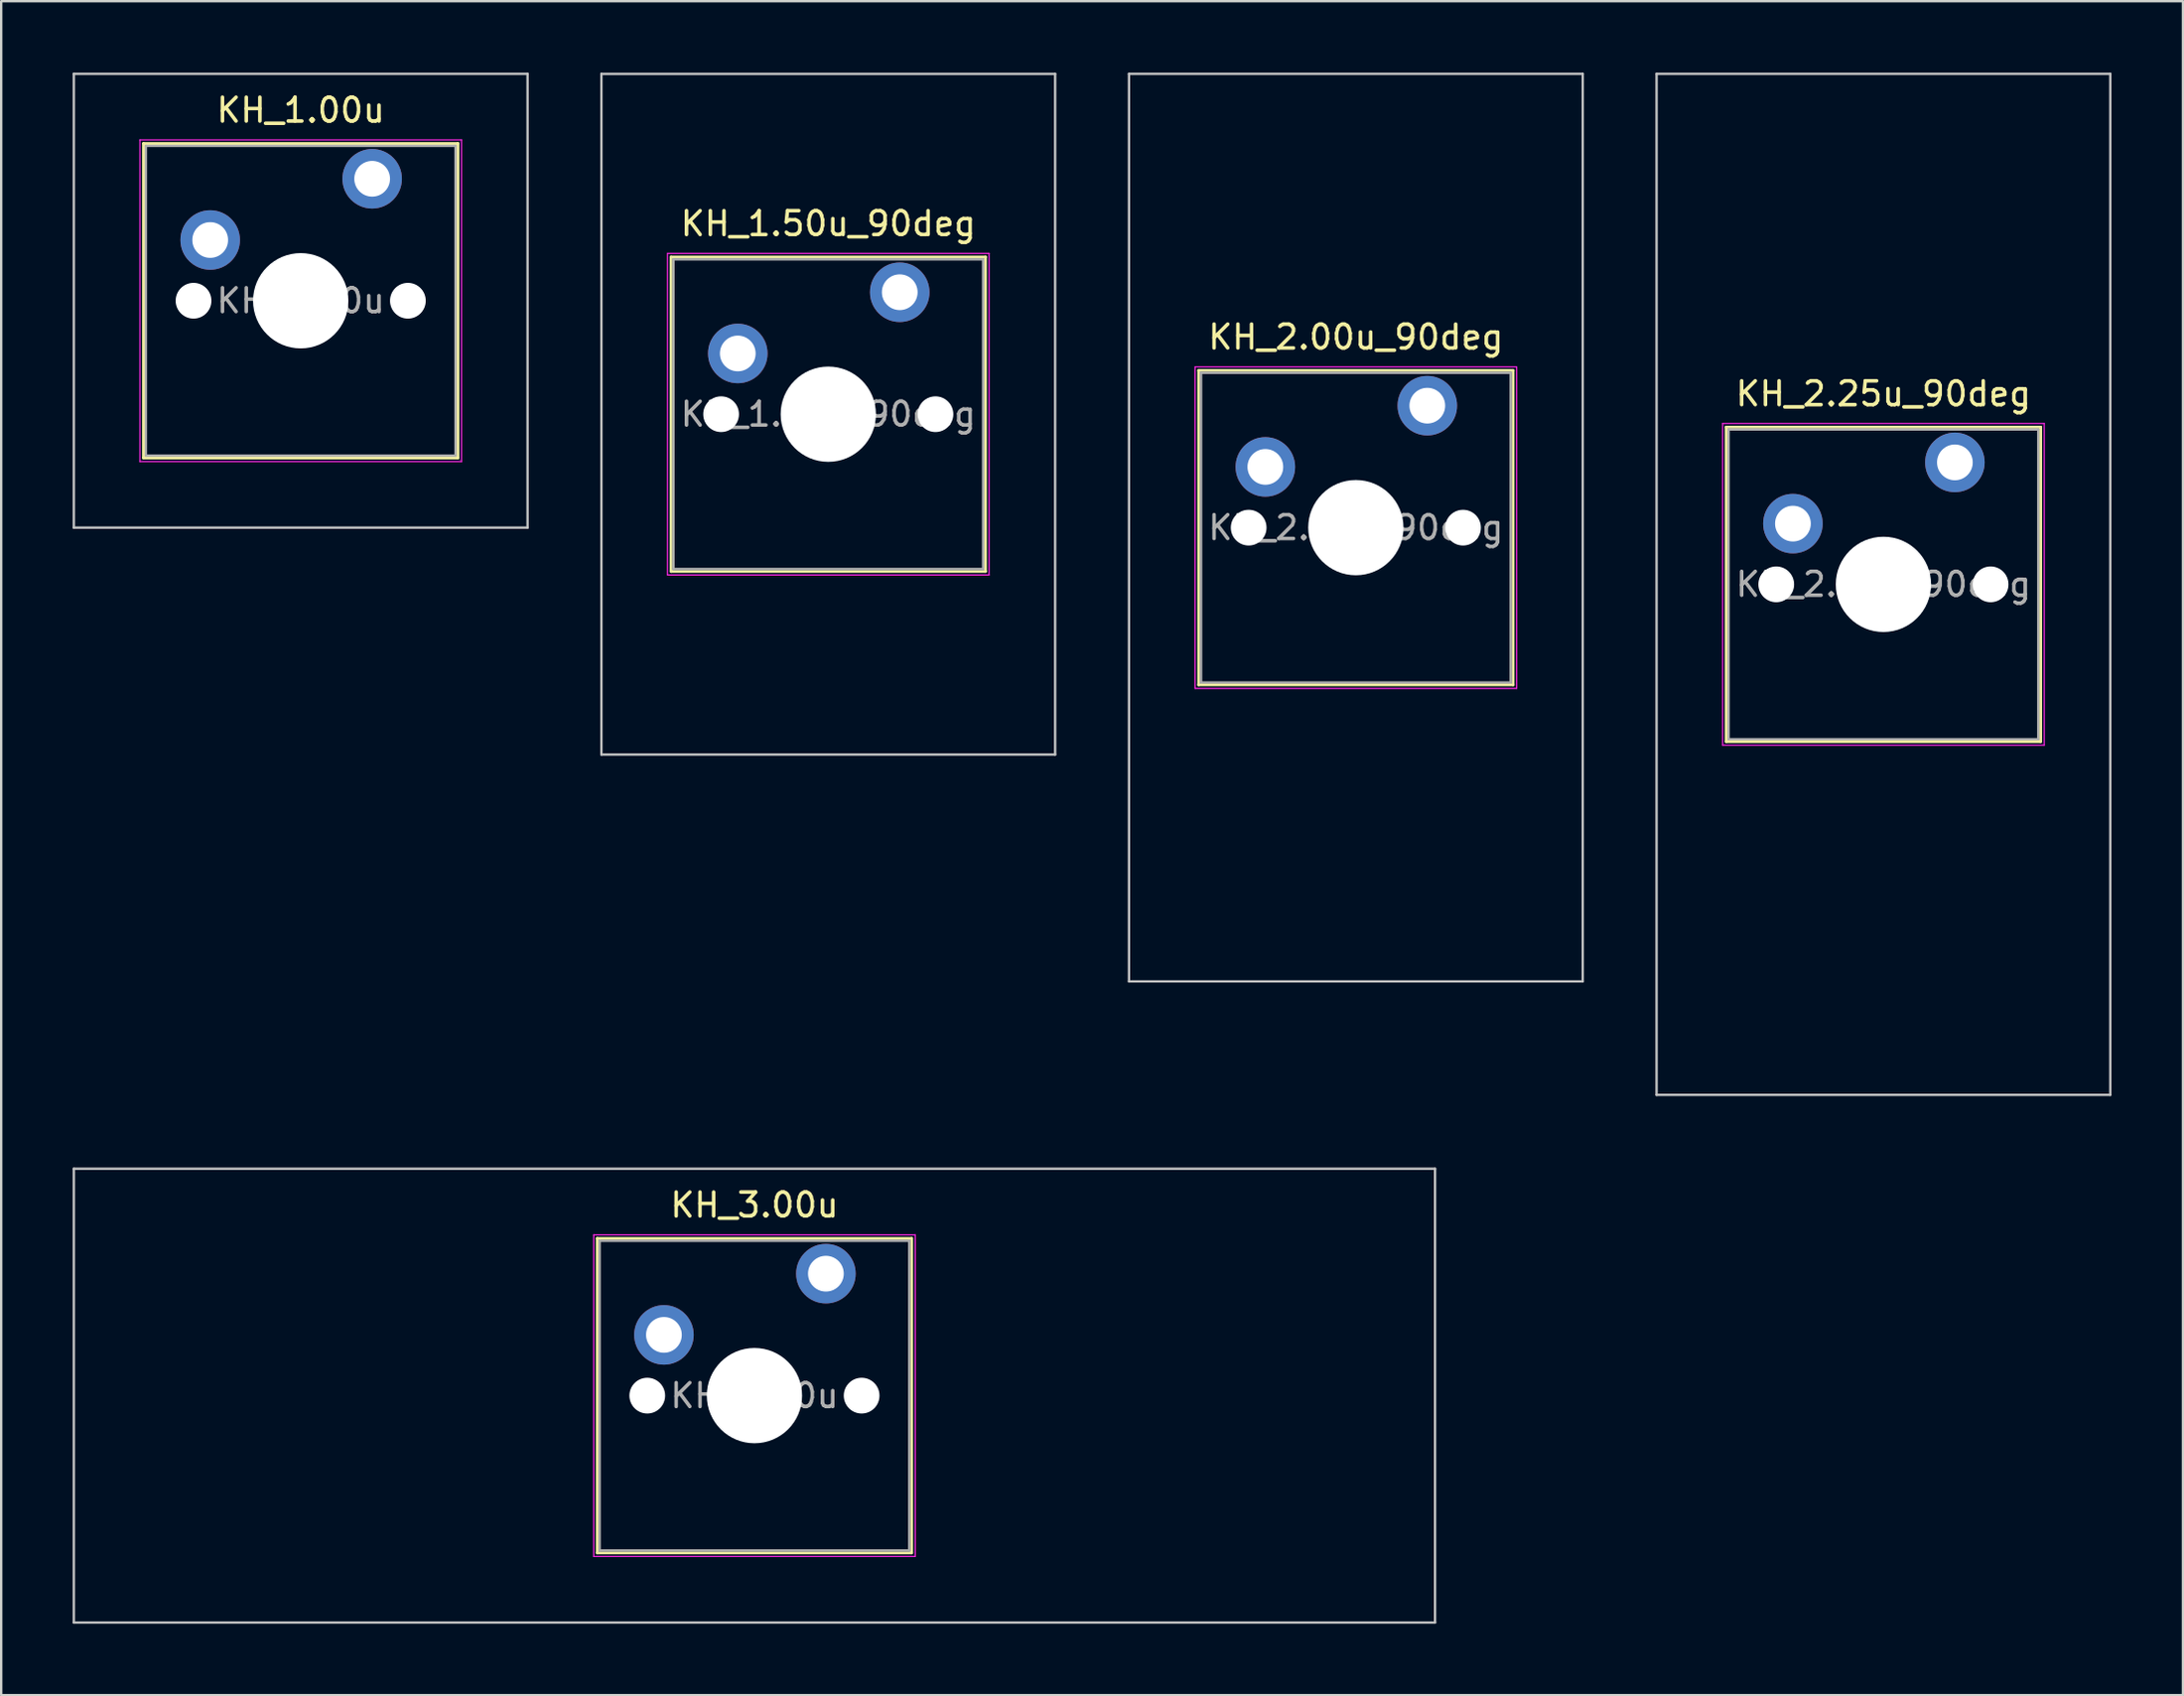
<source format=kicad_pcb>
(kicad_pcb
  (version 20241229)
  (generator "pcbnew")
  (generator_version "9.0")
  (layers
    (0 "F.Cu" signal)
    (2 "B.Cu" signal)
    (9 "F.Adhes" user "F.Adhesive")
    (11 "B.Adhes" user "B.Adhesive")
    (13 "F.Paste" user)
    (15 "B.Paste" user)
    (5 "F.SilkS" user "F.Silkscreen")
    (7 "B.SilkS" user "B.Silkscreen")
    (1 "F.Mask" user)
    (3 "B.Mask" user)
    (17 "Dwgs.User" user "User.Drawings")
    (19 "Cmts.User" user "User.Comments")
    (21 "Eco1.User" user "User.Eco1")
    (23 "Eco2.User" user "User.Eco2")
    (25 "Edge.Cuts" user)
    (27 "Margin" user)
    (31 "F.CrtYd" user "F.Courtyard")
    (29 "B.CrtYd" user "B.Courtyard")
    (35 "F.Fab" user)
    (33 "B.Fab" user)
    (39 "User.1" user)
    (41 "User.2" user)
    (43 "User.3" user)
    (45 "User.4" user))
  (footprint "KH_1.50u_90deg"
    (layer "F.Cu")
    (at 31.725 14.338)
    (property "Reference" "KH_1.50u_90deg" (at 0 -8 0) (layer "F.SilkS") (effects (font (size 1 1) (thickness 0.15))))
    (attr through_hole)
    (fp_line (start -6.6 -6.6) (end -6.6 6.6) (stroke (width 0.12) (type solid)) (layer "F.SilkS"))
    (fp_line (start -6.6 6.6) (end 6.6 6.6) (stroke (width 0.12) (type solid)) (layer "F.SilkS"))
    (fp_line (start 6.6 -6.6) (end -6.6 -6.6) (stroke (width 0.12) (type solid)) (layer "F.SilkS"))
    (fp_line (start 6.6 6.6) (end 6.6 -6.6) (stroke (width 0.12) (type solid)) (layer "F.SilkS"))
    (fp_line (start -9.525 -14.287) (end 9.525 -14.287) (stroke (width 0.1) (type solid)) (layer "Dwgs.User"))
    (fp_line (start -9.525 14.287) (end -9.525 -14.287) (stroke (width 0.1) (type solid)) (layer "Dwgs.User"))
    (fp_line (start 9.525 -14.287) (end 9.525 14.287) (stroke (width 0.1) (type solid)) (layer "Dwgs.User"))
    (fp_line (start 9.525 14.287) (end -9.525 14.287) (stroke (width 0.1) (type solid)) (layer "Dwgs.User"))
    (fp_line (start -6.1 -6.1) (end -6.1 6.1) (stroke (width 0.1) (type solid)) (layer "Eco1.User"))
    (fp_line (start -6.1 6.1) (end 6.1 6.1) (stroke (width 0.1) (type solid)) (layer "Eco1.User"))
    (fp_line (start 6.1 -6.1) (end -6.1 -6.1) (stroke (width 0.1) (type solid)) (layer "Eco1.User"))
    (fp_line (start 6.1 6.1) (end 6.1 -6.1) (stroke (width 0.1) (type solid)) (layer "Eco1.User"))
    (fp_line (start -6.75 -6.75) (end -6.75 6.75) (stroke (width 0.05) (type solid)) (layer "F.CrtYd"))
    (fp_line (start -6.75 6.75) (end 6.75 6.75) (stroke (width 0.05) (type solid)) (layer "F.CrtYd"))
    (fp_line (start 6.75 -6.75) (end -6.75 -6.75) (stroke (width 0.05) (type solid)) (layer "F.CrtYd"))
    (fp_line (start 6.75 6.75) (end 6.75 -6.75) (stroke (width 0.05) (type solid)) (layer "F.CrtYd"))
    (fp_line (start -6.5 -6.5) (end -6.5 6.5) (stroke (width 0.1) (type solid)) (layer "F.Fab"))
    (fp_line (start -6.5 6.5) (end 6.5 6.5) (stroke (width 0.1) (type solid)) (layer "F.Fab"))
    (fp_line (start 6.5 -6.5) (end -6.5 -6.5) (stroke (width 0.1) (type solid)) (layer "F.Fab"))
    (fp_line (start 6.5 6.5) (end 6.5 -6.5) (stroke (width 0.1) (type solid)) (layer "F.Fab"))
    (fp_text user "${REFERENCE}" (at 0 0 0) (layer "F.Fab") (effects (font (size 1 1) (thickness 0.15))))
    (pad "" np_thru_hole circle (at -4.5 0) (size 1.5 1.5) (drill 1.5) (layers "*.Cu" "*.Mask"))
    (pad "" np_thru_hole circle (at 0 0) (size 4 4) (drill 4) (layers "*.Cu" "*.Mask"))
    (pad "" np_thru_hole circle (at 4.5 0) (size 1.5 1.5) (drill 1.5) (layers "*.Cu" "*.Mask"))
    (pad "1" thru_hole circle (at -3.8 -2.55) (size 2.5 2.5) (drill 1.5) (layers "*.Cu" "*.Mask"))
    (pad "2" thru_hole circle (at 3 -5.12) (size 2.5 2.5) (drill 1.5) (layers "*.Cu" "*.Mask")))
  (footprint "KH_2.00u_90deg"
    (layer "F.Cu")
    (at 53.875 19.1)
    (property "Reference" "KH_2.00u_90deg" (at 0 -8 0) (layer "F.SilkS") (effects (font (size 1 1) (thickness 0.15))))
    (attr through_hole)
    (fp_line (start -6.6 -6.6) (end -6.6 6.6) (stroke (width 0.12) (type solid)) (layer "F.SilkS"))
    (fp_line (start -6.6 6.6) (end 6.6 6.6) (stroke (width 0.12) (type solid)) (layer "F.SilkS"))
    (fp_line (start 6.6 -6.6) (end -6.6 -6.6) (stroke (width 0.12) (type solid)) (layer "F.SilkS"))
    (fp_line (start 6.6 6.6) (end 6.6 -6.6) (stroke (width 0.12) (type solid)) (layer "F.SilkS"))
    (fp_line (start -9.525 -19.05) (end 9.525 -19.05) (stroke (width 0.1) (type solid)) (layer "Dwgs.User"))
    (fp_line (start -9.525 19.05) (end -9.525 -19.05) (stroke (width 0.1) (type solid)) (layer "Dwgs.User"))
    (fp_line (start 9.525 -19.05) (end 9.525 19.05) (stroke (width 0.1) (type solid)) (layer "Dwgs.User"))
    (fp_line (start 9.525 19.05) (end -9.525 19.05) (stroke (width 0.1) (type solid)) (layer "Dwgs.User"))
    (fp_line (start -6.1 -6.1) (end -6.1 6.1) (stroke (width 0.1) (type solid)) (layer "Eco1.User"))
    (fp_line (start -6.1 6.1) (end 6.1 6.1) (stroke (width 0.1) (type solid)) (layer "Eco1.User"))
    (fp_line (start 6.1 -6.1) (end -6.1 -6.1) (stroke (width 0.1) (type solid)) (layer "Eco1.User"))
    (fp_line (start 6.1 6.1) (end 6.1 -6.1) (stroke (width 0.1) (type solid)) (layer "Eco1.User"))
    (fp_line (start -6.75 -6.75) (end -6.75 6.75) (stroke (width 0.05) (type solid)) (layer "F.CrtYd"))
    (fp_line (start -6.75 6.75) (end 6.75 6.75) (stroke (width 0.05) (type solid)) (layer "F.CrtYd"))
    (fp_line (start 6.75 -6.75) (end -6.75 -6.75) (stroke (width 0.05) (type solid)) (layer "F.CrtYd"))
    (fp_line (start 6.75 6.75) (end 6.75 -6.75) (stroke (width 0.05) (type solid)) (layer "F.CrtYd"))
    (fp_line (start -6.5 -6.5) (end -6.5 6.5) (stroke (width 0.1) (type solid)) (layer "F.Fab"))
    (fp_line (start -6.5 6.5) (end 6.5 6.5) (stroke (width 0.1) (type solid)) (layer "F.Fab"))
    (fp_line (start 6.5 -6.5) (end -6.5 -6.5) (stroke (width 0.1) (type solid)) (layer "F.Fab"))
    (fp_line (start 6.5 6.5) (end 6.5 -6.5) (stroke (width 0.1) (type solid)) (layer "F.Fab"))
    (fp_text user "${REFERENCE}" (at 0 0 0) (layer "F.Fab") (effects (font (size 1 1) (thickness 0.15))))
    (pad "" np_thru_hole circle (at -4.5 0) (size 1.5 1.5) (drill 1.5) (layers "*.Cu" "*.Mask"))
    (pad "" np_thru_hole circle (at 0 0) (size 4 4) (drill 4) (layers "*.Cu" "*.Mask"))
    (pad "" np_thru_hole circle (at 4.5 0) (size 1.5 1.5) (drill 1.5) (layers "*.Cu" "*.Mask"))
    (pad "1" thru_hole circle (at -3.8 -2.55) (size 2.5 2.5) (drill 1.5) (layers "*.Cu" "*.Mask"))
    (pad "2" thru_hole circle (at 3 -5.12) (size 2.5 2.5) (drill 1.5) (layers "*.Cu" "*.Mask")))
  (footprint "KH_1.00u"
    (layer "F.Cu")
    (at 9.575 9.575)
    (property "Reference" "KH_1.00u" (at 0 -8 0) (layer "F.SilkS") (effects (font (size 1 1) (thickness 0.15))))
    (attr through_hole)
    (fp_line (start -6.6 -6.6) (end -6.6 6.6) (stroke (width 0.12) (type solid)) (layer "F.SilkS"))
    (fp_line (start -6.6 6.6) (end 6.6 6.6) (stroke (width 0.12) (type solid)) (layer "F.SilkS"))
    (fp_line (start 6.6 -6.6) (end -6.6 -6.6) (stroke (width 0.12) (type solid)) (layer "F.SilkS"))
    (fp_line (start 6.6 6.6) (end 6.6 -6.6) (stroke (width 0.12) (type solid)) (layer "F.SilkS"))
    (fp_line (start -9.525 -9.525) (end -9.525 9.525) (stroke (width 0.1) (type solid)) (layer "Dwgs.User"))
    (fp_line (start -9.525 9.525) (end 9.525 9.525) (stroke (width 0.1) (type solid)) (layer "Dwgs.User"))
    (fp_line (start 9.525 -9.525) (end -9.525 -9.525) (stroke (width 0.1) (type solid)) (layer "Dwgs.User"))
    (fp_line (start 9.525 9.525) (end 9.525 -9.525) (stroke (width 0.1) (type solid)) (layer "Dwgs.User"))
    (fp_line (start -6.1 -6.1) (end -6.1 6.1) (stroke (width 0.1) (type solid)) (layer "Eco1.User"))
    (fp_line (start -6.1 6.1) (end 6.1 6.1) (stroke (width 0.1) (type solid)) (layer "Eco1.User"))
    (fp_line (start 6.1 -6.1) (end -6.1 -6.1) (stroke (width 0.1) (type solid)) (layer "Eco1.User"))
    (fp_line (start 6.1 6.1) (end 6.1 -6.1) (stroke (width 0.1) (type solid)) (layer "Eco1.User"))
    (fp_line (start -6.75 -6.75) (end -6.75 6.75) (stroke (width 0.05) (type solid)) (layer "F.CrtYd"))
    (fp_line (start -6.75 6.75) (end 6.75 6.75) (stroke (width 0.05) (type solid)) (layer "F.CrtYd"))
    (fp_line (start 6.75 -6.75) (end -6.75 -6.75) (stroke (width 0.05) (type solid)) (layer "F.CrtYd"))
    (fp_line (start 6.75 6.75) (end 6.75 -6.75) (stroke (width 0.05) (type solid)) (layer "F.CrtYd"))
    (fp_line (start -6.5 -6.5) (end -6.5 6.5) (stroke (width 0.1) (type solid)) (layer "F.Fab"))
    (fp_line (start -6.5 6.5) (end 6.5 6.5) (stroke (width 0.1) (type solid)) (layer "F.Fab"))
    (fp_line (start 6.5 -6.5) (end -6.5 -6.5) (stroke (width 0.1) (type solid)) (layer "F.Fab"))
    (fp_line (start 6.5 6.5) (end 6.5 -6.5) (stroke (width 0.1) (type solid)) (layer "F.Fab"))
    (fp_text user "${REFERENCE}" (at 0 0 0) (layer "F.Fab") (effects (font (size 1 1) (thickness 0.15))))
    (pad "" np_thru_hole circle (at -4.5 0) (size 1.5 1.5) (drill 1.5) (layers "*.Cu" "*.Mask"))
    (pad "" np_thru_hole circle (at 0 0) (size 4 4) (drill 4) (layers "*.Cu" "*.Mask"))
    (pad "" np_thru_hole circle (at 4.5 0) (size 1.5 1.5) (drill 1.5) (layers "*.Cu" "*.Mask"))
    (pad "1" thru_hole circle (at -3.8 -2.55) (size 2.5 2.5) (drill 1.5) (layers "*.Cu" "*.Mask"))
    (pad "2" thru_hole circle (at 3 -5.12) (size 2.5 2.5) (drill 1.5) (layers "*.Cu" "*.Mask")))
  (footprint "KH_2.25u_90deg"
    (layer "F.Cu")
    (at 76.025 21.481)
    (property "Reference" "KH_2.25u_90deg" (at 0 -8 0) (layer "F.SilkS") (effects (font (size 1 1) (thickness 0.15))))
    (attr through_hole)
    (fp_line (start -6.6 -6.6) (end -6.6 6.6) (stroke (width 0.12) (type solid)) (layer "F.SilkS"))
    (fp_line (start -6.6 6.6) (end 6.6 6.6) (stroke (width 0.12) (type solid)) (layer "F.SilkS"))
    (fp_line (start 6.6 -6.6) (end -6.6 -6.6) (stroke (width 0.12) (type solid)) (layer "F.SilkS"))
    (fp_line (start 6.6 6.6) (end 6.6 -6.6) (stroke (width 0.12) (type solid)) (layer "F.SilkS"))
    (fp_line (start -9.525 -21.431) (end 9.525 -21.431) (stroke (width 0.1) (type solid)) (layer "Dwgs.User"))
    (fp_line (start -9.525 21.431) (end -9.525 -21.431) (stroke (width 0.1) (type solid)) (layer "Dwgs.User"))
    (fp_line (start 9.525 -21.431) (end 9.525 21.431) (stroke (width 0.1) (type solid)) (layer "Dwgs.User"))
    (fp_line (start 9.525 21.431) (end -9.525 21.431) (stroke (width 0.1) (type solid)) (layer "Dwgs.User"))
    (fp_line (start -6.1 -6.1) (end -6.1 6.1) (stroke (width 0.1) (type solid)) (layer "Eco1.User"))
    (fp_line (start -6.1 6.1) (end 6.1 6.1) (stroke (width 0.1) (type solid)) (layer "Eco1.User"))
    (fp_line (start 6.1 -6.1) (end -6.1 -6.1) (stroke (width 0.1) (type solid)) (layer "Eco1.User"))
    (fp_line (start 6.1 6.1) (end 6.1 -6.1) (stroke (width 0.1) (type solid)) (layer "Eco1.User"))
    (fp_line (start -6.75 -6.75) (end -6.75 6.75) (stroke (width 0.05) (type solid)) (layer "F.CrtYd"))
    (fp_line (start -6.75 6.75) (end 6.75 6.75) (stroke (width 0.05) (type solid)) (layer "F.CrtYd"))
    (fp_line (start 6.75 -6.75) (end -6.75 -6.75) (stroke (width 0.05) (type solid)) (layer "F.CrtYd"))
    (fp_line (start 6.75 6.75) (end 6.75 -6.75) (stroke (width 0.05) (type solid)) (layer "F.CrtYd"))
    (fp_line (start -6.5 -6.5) (end -6.5 6.5) (stroke (width 0.1) (type solid)) (layer "F.Fab"))
    (fp_line (start -6.5 6.5) (end 6.5 6.5) (stroke (width 0.1) (type solid)) (layer "F.Fab"))
    (fp_line (start 6.5 -6.5) (end -6.5 -6.5) (stroke (width 0.1) (type solid)) (layer "F.Fab"))
    (fp_line (start 6.5 6.5) (end 6.5 -6.5) (stroke (width 0.1) (type solid)) (layer "F.Fab"))
    (fp_text user "${REFERENCE}" (at 0 0 0) (layer "F.Fab") (effects (font (size 1 1) (thickness 0.15))))
    (pad "" np_thru_hole circle (at -4.5 0) (size 1.5 1.5) (drill 1.5) (layers "*.Cu" "*.Mask"))
    (pad "" np_thru_hole circle (at 0 0) (size 4 4) (drill 4) (layers "*.Cu" "*.Mask"))
    (pad "" np_thru_hole circle (at 4.5 0) (size 1.5 1.5) (drill 1.5) (layers "*.Cu" "*.Mask"))
    (pad "1" thru_hole circle (at -3.8 -2.55) (size 2.5 2.5) (drill 1.5) (layers "*.Cu" "*.Mask"))
    (pad "2" thru_hole circle (at 3 -5.12) (size 2.5 2.5) (drill 1.5) (layers "*.Cu" "*.Mask")))
  (footprint "KH_3.00u"
    (layer "F.Cu")
    (at 28.625 55.538)
    (property "Reference" "KH_3.00u" (at 0 -8 0) (layer "F.SilkS") (effects (font (size 1 1) (thickness 0.15))))
    (attr through_hole)
    (fp_line (start -6.6 -6.6) (end -6.6 6.6) (stroke (width 0.12) (type solid)) (layer "F.SilkS"))
    (fp_line (start -6.6 6.6) (end 6.6 6.6) (stroke (width 0.12) (type solid)) (layer "F.SilkS"))
    (fp_line (start 6.6 -6.6) (end -6.6 -6.6) (stroke (width 0.12) (type solid)) (layer "F.SilkS"))
    (fp_line (start 6.6 6.6) (end 6.6 -6.6) (stroke (width 0.12) (type solid)) (layer "F.SilkS"))
    (fp_line (start -28.575 -9.525) (end -28.575 9.525) (stroke (width 0.1) (type solid)) (layer "Dwgs.User"))
    (fp_line (start -28.575 9.525) (end 28.575 9.525) (stroke (width 0.1) (type solid)) (layer "Dwgs.User"))
    (fp_line (start 28.575 -9.525) (end -28.575 -9.525) (stroke (width 0.1) (type solid)) (layer "Dwgs.User"))
    (fp_line (start 28.575 9.525) (end 28.575 -9.525) (stroke (width 0.1) (type solid)) (layer "Dwgs.User"))
    (fp_line (start -6.1 -6.1) (end -6.1 6.1) (stroke (width 0.1) (type solid)) (layer "Eco1.User"))
    (fp_line (start -6.1 6.1) (end 6.1 6.1) (stroke (width 0.1) (type solid)) (layer "Eco1.User"))
    (fp_line (start 6.1 -6.1) (end -6.1 -6.1) (stroke (width 0.1) (type solid)) (layer "Eco1.User"))
    (fp_line (start 6.1 6.1) (end 6.1 -6.1) (stroke (width 0.1) (type solid)) (layer "Eco1.User"))
    (fp_line (start -6.75 -6.75) (end -6.75 6.75) (stroke (width 0.05) (type solid)) (layer "F.CrtYd"))
    (fp_line (start -6.75 6.75) (end 6.75 6.75) (stroke (width 0.05) (type solid)) (layer "F.CrtYd"))
    (fp_line (start 6.75 -6.75) (end -6.75 -6.75) (stroke (width 0.05) (type solid)) (layer "F.CrtYd"))
    (fp_line (start 6.75 6.75) (end 6.75 -6.75) (stroke (width 0.05) (type solid)) (layer "F.CrtYd"))
    (fp_line (start -6.5 -6.5) (end -6.5 6.5) (stroke (width 0.1) (type solid)) (layer "F.Fab"))
    (fp_line (start -6.5 6.5) (end 6.5 6.5) (stroke (width 0.1) (type solid)) (layer "F.Fab"))
    (fp_line (start 6.5 -6.5) (end -6.5 -6.5) (stroke (width 0.1) (type solid)) (layer "F.Fab"))
    (fp_line (start 6.5 6.5) (end 6.5 -6.5) (stroke (width 0.1) (type solid)) (layer "F.Fab"))
    (fp_text user "${REFERENCE}" (at 0 0 0) (layer "F.Fab") (effects (font (size 1 1) (thickness 0.15))))
    (pad "" np_thru_hole circle (at -4.5 0) (size 1.5 1.5) (drill 1.5) (layers "*.Cu" "*.Mask"))
    (pad "" np_thru_hole circle (at 0 0) (size 4 4) (drill 4) (layers "*.Cu" "*.Mask"))
    (pad "" np_thru_hole circle (at 4.5 0) (size 1.5 1.5) (drill 1.5) (layers "*.Cu" "*.Mask"))
    (pad "1" thru_hole circle (at -3.8 -2.55) (size 2.5 2.5) (drill 1.5) (layers "*.Cu" "*.Mask"))
    (pad "2" thru_hole circle (at 3 -5.12) (size 2.5 2.5) (drill 1.5) (layers "*.Cu" "*.Mask")))
  (gr_rect
    (start -3 -3)
    (end 88.6 68.112)
    (stroke (width 0.1) (type default))
    (fill no)
    (layer "Edge.Cuts")))
</source>
